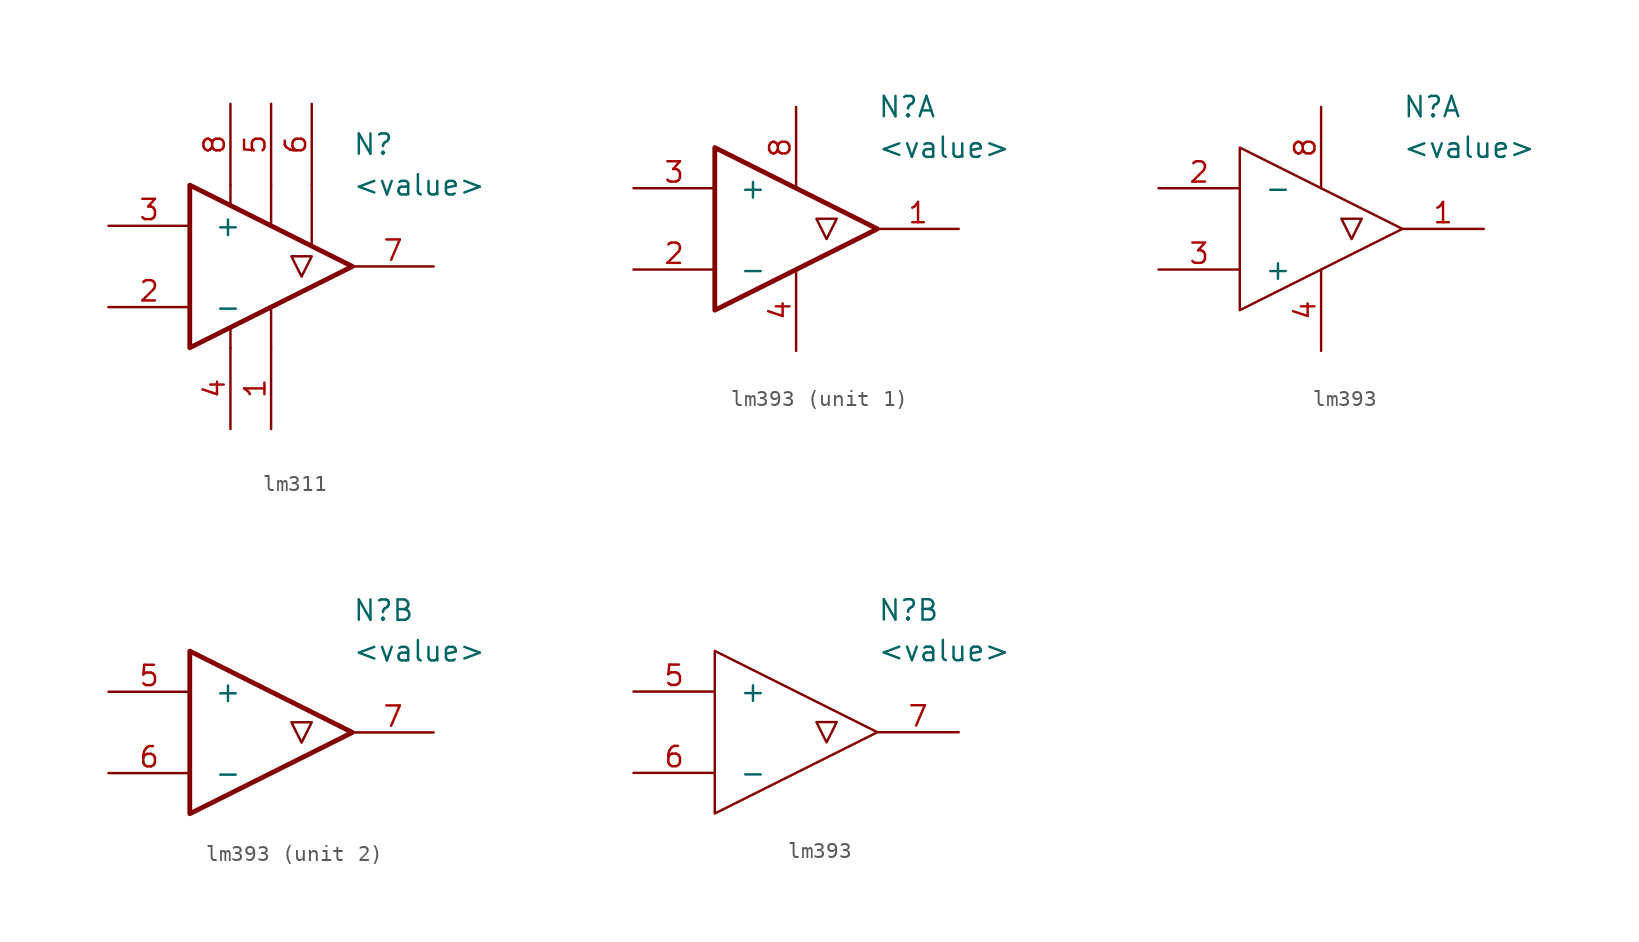
<source format=kicad_sym>
(kicad_symbol_lib
  (version 20231120)
  (generator "kicad_symbol_editor")
  (generator_version "8.0")
  (symbol "lm311"
    (pin_names
      (offset 1.5))
    (property "Reference" "N"
      (at 15.24 2.54 0)
      (effects (font (size 1.27 1.27)) (justify left)))
    (property "Value" "<value>"
      (at 15.24 0 0)
      (effects (font (size 1.27 1.27)) (justify left)))
    (symbol "lm311_0_1"
      (polyline (pts (xy 7.62 -10.16) (xy 7.62 -8.89)) (stroke (width 0) (type default)) (fill (type none)))
      (polyline (pts (xy 7.62 0) (xy 7.62 -1.27)) (stroke (width 0) (type default)) (fill (type none)))
      (polyline (pts (xy 10.16 -10.16) (xy 10.16 -7.62)) (stroke (width 0) (type default)) (fill (type none)))
      (polyline (pts (xy 10.16 0) (xy 10.16 -2.54)) (stroke (width 0) (type default)) (fill (type none)))
      (polyline (pts (xy 12.7 0) (xy 12.7 -3.81)) (stroke (width 0) (type default)) (fill (type none)))
      (polyline (pts (xy 5.08 0) (xy 5.08 -10.16) (xy 15.24 -5.08) (xy 5.08 0)) (stroke (width 0.3) (type default)) (fill (type none)))
      (polyline (pts (xy 11.43 -4.445) (xy 12.7 -4.445) (xy 12.065 -5.715) (xy 11.43 -4.445)) (stroke (width 0) (type default)) (fill (type none))))
    (symbol "lm311_1_1"
      (pin open_emitter line (at 10.16 -15.24 90) (length 5.08) (name "" (effects (font (size 1.27 1.27)))) (number "1" (effects (font (size 1.27 1.27)))))
      (pin input line (at 0 -7.62 0) (length 5.08) (name "-" (effects (font (size 1.27 1.27)))) (number "2" (effects (font (size 1.27 1.27)))))
      (pin input line (at 0 -2.54 0) (length 5.08) (name "+" (effects (font (size 1.27 1.27)))) (number "3" (effects (font (size 1.27 1.27)))))
      (pin power_in line (at 7.62 -15.24 90) (length 5.08) (name "" (effects (font (size 1.27 1.27)))) (number "4" (effects (font (size 1.27 1.27)))))
      (pin passive line (at 10.16 5.08 270) (length 5.08) (name "" (effects (font (size 1.27 1.27)))) (number "5" (effects (font (size 1.27 1.27)))))
      (pin passive line (at 12.7 5.08 270) (length 5.08) (name "" (effects (font (size 1.27 1.27)))) (number "6" (effects (font (size 1.27 1.27)))))
      (pin open_collector line (at 20.32 -5.08 180) (length 5.08) (name "" (effects (font (size 1.27 1.27)))) (number "7" (effects (font (size 1.27 1.27)))))
      (pin power_in line (at 7.62 5.08 270) (length 5.08) (name "" (effects (font (size 1.27 1.27)))) (number "8" (effects (font (size 1.27 1.27)))))))
  (symbol "lm393"
    (pin_names
      (offset 1.5))
    (property "Reference" "N"
      (at 15.24 2.54 0)
      (effects (font (size 1.27 1.27)) (justify left)))
    (property "Value" "<value>"
      (at 15.24 0 0)
      (effects (font (size 1.27 1.27)) (justify left)))
    (symbol "lm393_0_1"
      (polyline (pts (xy 5.08 0) (xy 5.08 -10.16) (xy 15.24 -5.08) (xy 5.08 0)) (stroke (width 0.3) (type default)) (fill (type none)))
      (polyline (pts (xy 11.43 -4.445) (xy 12.7 -4.445) (xy 12.065 -5.715) (xy 11.43 -4.445)) (stroke (width 0) (type default)) (fill (type none))))
    (symbol "lm393_0_2"
      (polyline (pts (xy 5.08 0) (xy 5.08 -10.16) (xy 15.24 -5.08) (xy 5.08 0)) (stroke (width 0) (type default)) (fill (type none)))
      (polyline (pts (xy 11.43 -4.445) (xy 12.7 -4.445) (xy 12.065 -5.715) (xy 11.43 -4.445)) (stroke (width 0) (type default)) (fill (type none))))
    (symbol "lm393_1_1"
      (pin open_collector line (at 20.32 -5.08 180) (length 5.08) (name "" (effects (font (size 1.27 1.27)))) (number "1" (effects (font (size 1.27 1.27)))))
      (pin input line (at 0 -7.62 0) (length 5.08) (name "-" (effects (font (size 1.27 1.27)))) (number "2" (effects (font (size 1.27 1.27)))))
      (pin input line (at 0 -2.54 0) (length 5.08) (name "+" (effects (font (size 1.27 1.27)))) (number "3" (effects (font (size 1.27 1.27)))))
      (pin power_in line (at 10.16 -12.7 90) (length 5.08) (name "" (effects (font (size 1.27 1.27)))) (number "4" (effects (font (size 1.27 1.27)))))
      (pin power_in line (at 10.16 2.54 270) (length 5.08) (name "" (effects (font (size 1.27 1.27)))) (number "8" (effects (font (size 1.27 1.27))))))
    (symbol "lm393_1_2"
      (pin open_collector line (at 20.32 -5.08 180) (length 5.08) (name "" (effects (font (size 1.27 1.27)))) (number "1" (effects (font (size 1.27 1.27)))))
      (pin input line (at 0 -2.54 0) (length 5.08) (name "-" (effects (font (size 1.27 1.27)))) (number "2" (effects (font (size 1.27 1.27)))))
      (pin input line (at 0 -7.62 0) (length 5.08) (name "+" (effects (font (size 1.27 1.27)))) (number "3" (effects (font (size 1.27 1.27)))))
      (pin power_in line (at 10.16 -12.7 90) (length 5.08) (name "" (effects (font (size 1.27 1.27)))) (number "4" (effects (font (size 1.27 1.27)))))
      (pin power_in line (at 10.16 2.54 270) (length 5.08) (name "" (effects (font (size 1.27 1.27)))) (number "8" (effects (font (size 1.27 1.27))))))
    (symbol "lm393_2_1"
      (pin input line (at 0 -2.54 0) (length 5.08) (name "+" (effects (font (size 1.27 1.27)))) (number "5" (effects (font (size 1.27 1.27)))))
      (pin input line (at 0 -7.62 0) (length 5.08) (name "-" (effects (font (size 1.27 1.27)))) (number "6" (effects (font (size 1.27 1.27)))))
      (pin open_collector line (at 20.32 -5.08 180) (length 5.08) (name "" (effects (font (size 1.27 1.27)))) (number "7" (effects (font (size 1.27 1.27))))))
    (symbol "lm393_2_2"
      (pin input line (at 0 -2.54 0) (length 5.08) (name "+" (effects (font (size 1.27 1.27)))) (number "5" (effects (font (size 1.27 1.27)))))
      (pin input line (at 0 -7.62 0) (length 5.08) (name "-" (effects (font (size 1.27 1.27)))) (number "6" (effects (font (size 1.27 1.27)))))
      (pin open_collector line (at 20.32 -5.08 180) (length 5.08) (name "" (effects (font (size 1.27 1.27)))) (number "7" (effects (font (size 1.27 1.27))))))))
</source>
